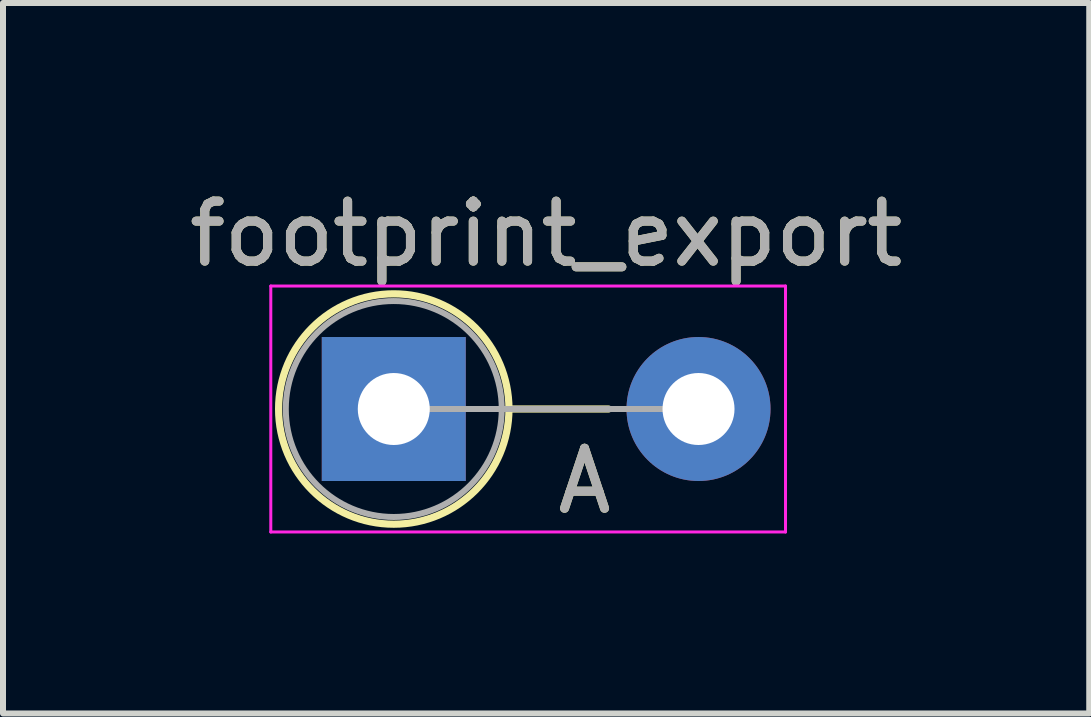
<source format=kicad_pcb>
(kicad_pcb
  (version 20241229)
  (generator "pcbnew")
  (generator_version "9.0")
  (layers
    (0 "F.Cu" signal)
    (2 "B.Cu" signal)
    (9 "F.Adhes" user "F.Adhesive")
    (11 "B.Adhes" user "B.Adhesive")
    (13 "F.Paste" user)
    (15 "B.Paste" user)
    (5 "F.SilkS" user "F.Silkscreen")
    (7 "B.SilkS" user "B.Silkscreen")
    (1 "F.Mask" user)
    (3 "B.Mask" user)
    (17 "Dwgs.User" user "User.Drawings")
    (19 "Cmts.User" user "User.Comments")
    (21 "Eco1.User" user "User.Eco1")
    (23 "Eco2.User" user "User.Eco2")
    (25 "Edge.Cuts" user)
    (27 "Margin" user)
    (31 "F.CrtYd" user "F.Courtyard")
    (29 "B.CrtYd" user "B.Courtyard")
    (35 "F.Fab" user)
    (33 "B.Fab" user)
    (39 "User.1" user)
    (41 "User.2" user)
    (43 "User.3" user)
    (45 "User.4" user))
  (footprint "footprint_export"
    (layer "F.Cu")
    (at 3.514 3.768)
    (property "Reference" "footprint_export" (at 2.54 -2.92 0) (layer "F.SilkS") (effects (font (size 1 1) (thickness 0.15))))
    (attr through_hole)
    (fp_line (start 1.92 0) (end 3.58 0) (stroke (width 0.12) (type solid)) (layer "F.SilkS"))
    (fp_circle (center 0 0) (end 1.92 0) (stroke (width 0.12) (type solid)) (fill no) (layer "F.SilkS"))
    (fp_line (start -2.05 -2.05) (end -2.05 2.05) (stroke (width 0.05) (type solid)) (layer "F.CrtYd"))
    (fp_line (start -2.05 2.05) (end 6.53 2.05) (stroke (width 0.05) (type solid)) (layer "F.CrtYd"))
    (fp_line (start 6.53 -2.05) (end -2.05 -2.05) (stroke (width 0.05) (type solid)) (layer "F.CrtYd"))
    (fp_line (start 6.53 2.05) (end 6.53 -2.05) (stroke (width 0.05) (type solid)) (layer "F.CrtYd"))
    (fp_line (start 0 0) (end 5.08 0) (stroke (width 0.1) (type solid)) (layer "F.Fab"))
    (fp_circle (center 0 0) (end 1.8 0) (stroke (width 0.1) (type solid)) (fill no) (layer "F.Fab"))
    (fp_text user "A" (at 3.18 1.2 0) (layer "F.SilkS") (effects (font (size 1 1) (thickness 0.15))))
    (fp_text user "${REFERENCE}" (at 2.54 -2.92 0) (layer "F.Fab") (effects (font (size 1 1) (thickness 0.15))))
    (fp_text user "A" (at 3.18 1.2 0) (layer "F.Fab") (effects (font (size 1 1) (thickness 0.15))))
    (pad "1" thru_hole rect (at 0 0) (size 2.4 2.4) (drill 1.2) (layers "*.Cu" "*.Mask"))
    (pad "2" thru_hole oval (at 5.08 0) (size 2.4 2.4) (drill 1.2) (layers "*.Cu" "*.Mask")))
  (gr_rect
    (start -3 -3)
    (end 15.107 8.843)
    (stroke (width 0.1) (type default))
    (fill no)
    (layer "Edge.Cuts")))
</source>
